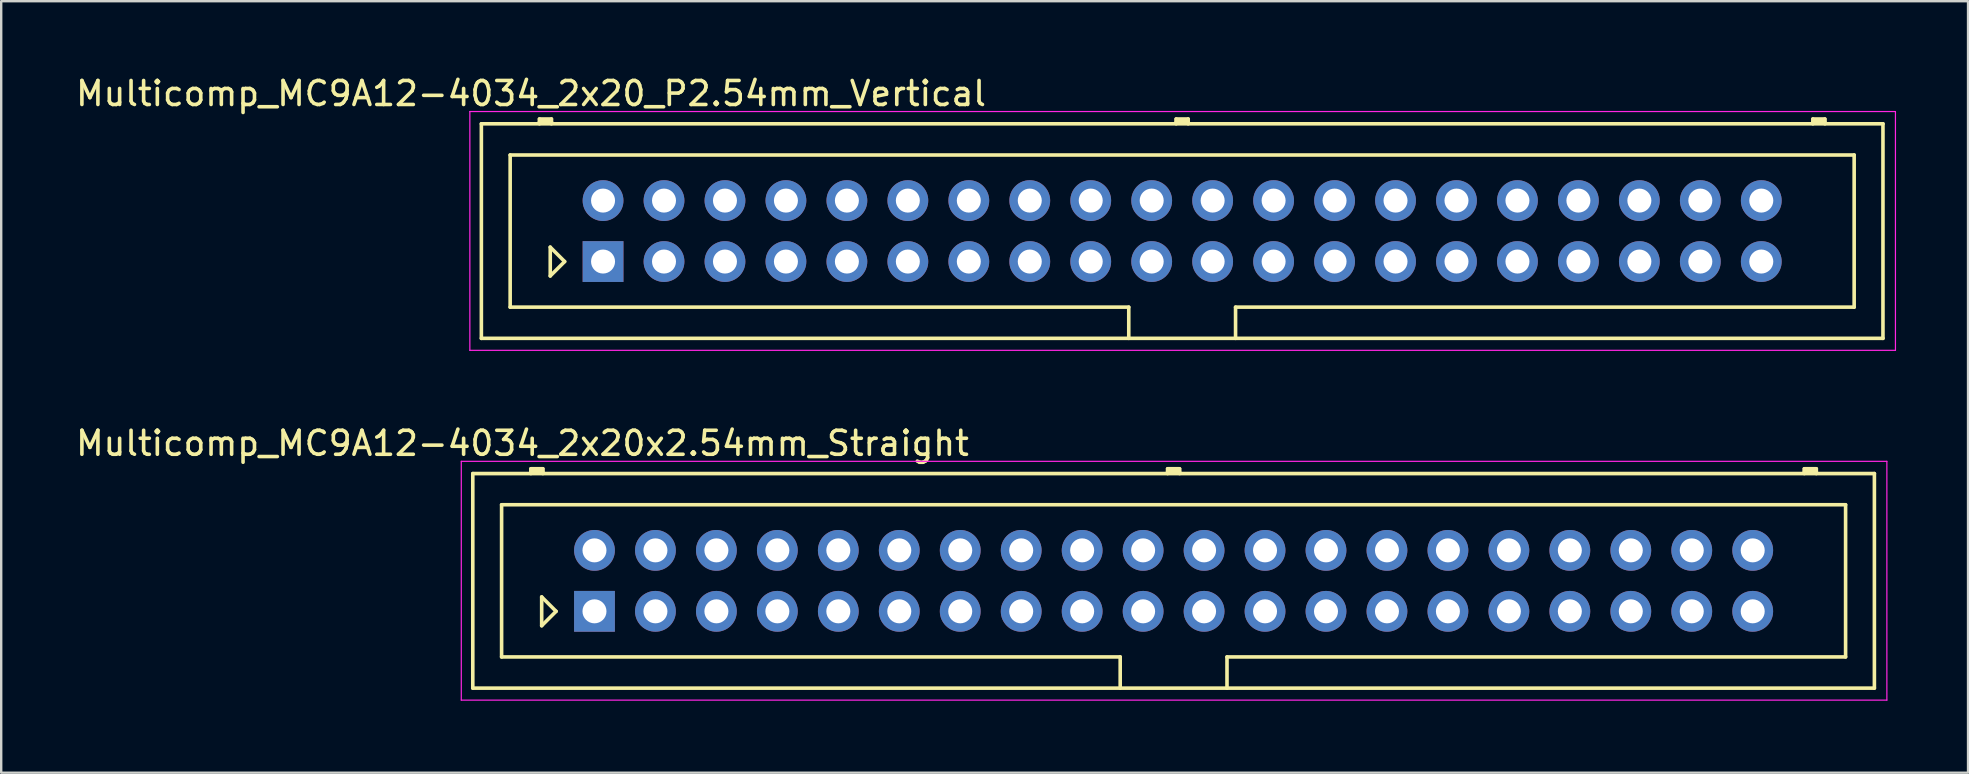
<source format=kicad_pcb>
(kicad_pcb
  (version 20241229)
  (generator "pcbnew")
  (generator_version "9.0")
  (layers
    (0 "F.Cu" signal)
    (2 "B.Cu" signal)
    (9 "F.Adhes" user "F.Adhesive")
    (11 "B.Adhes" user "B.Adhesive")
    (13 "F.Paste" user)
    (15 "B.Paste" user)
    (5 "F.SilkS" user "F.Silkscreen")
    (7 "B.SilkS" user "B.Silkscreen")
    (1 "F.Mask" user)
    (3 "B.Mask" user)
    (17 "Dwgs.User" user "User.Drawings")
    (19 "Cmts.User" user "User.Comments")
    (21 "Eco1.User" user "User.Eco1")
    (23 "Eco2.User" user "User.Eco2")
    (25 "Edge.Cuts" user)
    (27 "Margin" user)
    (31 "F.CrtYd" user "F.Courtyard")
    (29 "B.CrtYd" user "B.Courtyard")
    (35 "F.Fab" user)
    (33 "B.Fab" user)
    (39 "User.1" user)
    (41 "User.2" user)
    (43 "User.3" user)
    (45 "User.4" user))
  (footprint "Multicomp_MC9A12-4034_2x20_P2.54mm_Vertical"
    (layer "F.Cu")
    (at 22.077 7.848)
    (property "Reference" "Multicomp_MC9A12-4034_2x20_P2.54mm_Vertical" (at -3 -7 0) (layer "F.SilkS") (effects (font (size 1 1) (thickness 0.15))))
    (attr through_hole)
    (fp_line (start -5.07 -5.74) (end 53.33 -5.74) (stroke (width 0.15) (type solid)) (layer "F.SilkS"))
    (fp_line (start -5.07 3.2) (end -5.07 -5.74) (stroke (width 0.15) (type solid)) (layer "F.SilkS"))
    (fp_line (start -3.87 -4.44) (end 52.13 -4.44) (stroke (width 0.15) (type solid)) (layer "F.SilkS"))
    (fp_line (start -3.87 1.9) (end -3.87 -4.44) (stroke (width 0.15) (type solid)) (layer "F.SilkS"))
    (fp_line (start -2.65 -5.94) (end -2.15 -5.94) (stroke (width 0.15) (type solid)) (layer "F.SilkS"))
    (fp_line (start -2.65 -5.84) (end -2.15 -5.84) (stroke (width 0.15) (type solid)) (layer "F.SilkS"))
    (fp_line (start -2.65 -5.74) (end -2.65 -5.94) (stroke (width 0.15) (type solid)) (layer "F.SilkS"))
    (fp_line (start -2.2 -0.6) (end -1.6 0) (stroke (width 0.15) (type solid)) (layer "F.SilkS"))
    (fp_line (start -2.2 0.6) (end -2.2 -0.6) (stroke (width 0.15) (type solid)) (layer "F.SilkS"))
    (fp_line (start -2.15 -5.94) (end -2.15 -5.74) (stroke (width 0.15) (type solid)) (layer "F.SilkS"))
    (fp_line (start -1.6 0) (end -2.2 0.6) (stroke (width 0.15) (type solid)) (layer "F.SilkS"))
    (fp_line (start 21.905 1.9) (end -3.87 1.9) (stroke (width 0.15) (type solid)) (layer "F.SilkS"))
    (fp_line (start 21.905 3.2) (end 21.905 1.9) (stroke (width 0.15) (type solid)) (layer "F.SilkS"))
    (fp_line (start 23.88 -5.94) (end 24.38 -5.94) (stroke (width 0.15) (type solid)) (layer "F.SilkS"))
    (fp_line (start 23.88 -5.84) (end 24.38 -5.84) (stroke (width 0.15) (type solid)) (layer "F.SilkS"))
    (fp_line (start 23.88 -5.74) (end 23.88 -5.94) (stroke (width 0.15) (type solid)) (layer "F.SilkS"))
    (fp_line (start 24.38 -5.94) (end 24.38 -5.74) (stroke (width 0.15) (type solid)) (layer "F.SilkS"))
    (fp_line (start 26.355 1.9) (end 26.355 3.2) (stroke (width 0.15) (type solid)) (layer "F.SilkS"))
    (fp_line (start 50.41 -5.94) (end 50.91 -5.94) (stroke (width 0.15) (type solid)) (layer "F.SilkS"))
    (fp_line (start 50.41 -5.84) (end 50.91 -5.84) (stroke (width 0.15) (type solid)) (layer "F.SilkS"))
    (fp_line (start 50.41 -5.74) (end 50.41 -5.94) (stroke (width 0.15) (type solid)) (layer "F.SilkS"))
    (fp_line (start 50.91 -5.94) (end 50.91 -5.74) (stroke (width 0.15) (type solid)) (layer "F.SilkS"))
    (fp_line (start 52.13 -4.44) (end 52.13 1.9) (stroke (width 0.15) (type solid)) (layer "F.SilkS"))
    (fp_line (start 52.13 1.9) (end 26.355 1.9) (stroke (width 0.15) (type solid)) (layer "F.SilkS"))
    (fp_line (start 53.33 -5.74) (end 53.33 3.2) (stroke (width 0.15) (type solid)) (layer "F.SilkS"))
    (fp_line (start 53.33 3.2) (end -5.07 3.2) (stroke (width 0.15) (type solid)) (layer "F.SilkS"))
    (fp_line (start -5.55 -6.25) (end 53.85 -6.25) (stroke (width 0.05) (type solid)) (layer "F.CrtYd"))
    (fp_line (start -5.55 3.7) (end -5.55 -6.25) (stroke (width 0.05) (type solid)) (layer "F.CrtYd"))
    (fp_line (start 53.85 -6.25) (end 53.85 3.7) (stroke (width 0.05) (type solid)) (layer "F.CrtYd"))
    (fp_line (start 53.85 3.7) (end -5.55 3.7) (stroke (width 0.05) (type solid)) (layer "F.CrtYd"))
    (pad "1" thru_hole rect (at 0 0) (size 1.7 1.7) (drill 1) (layers "*.Cu" "*.Mask"))
    (pad "2" thru_hole circle (at 0 -2.54) (size 1.7 1.7) (drill 1) (layers "*.Cu" "*.Mask"))
    (pad "3" thru_hole circle (at 2.54 0) (size 1.7 1.7) (drill 1) (layers "*.Cu" "*.Mask"))
    (pad "4" thru_hole circle (at 2.54 -2.54) (size 1.7 1.7) (drill 1) (layers "*.Cu" "*.Mask"))
    (pad "5" thru_hole circle (at 5.08 0) (size 1.7 1.7) (drill 1) (layers "*.Cu" "*.Mask"))
    (pad "6" thru_hole circle (at 5.08 -2.54) (size 1.7 1.7) (drill 1) (layers "*.Cu" "*.Mask"))
    (pad "7" thru_hole circle (at 7.62 0) (size 1.7 1.7) (drill 1) (layers "*.Cu" "*.Mask"))
    (pad "8" thru_hole circle (at 7.62 -2.54) (size 1.7 1.7) (drill 1) (layers "*.Cu" "*.Mask"))
    (pad "9" thru_hole circle (at 10.16 0) (size 1.7 1.7) (drill 1) (layers "*.Cu" "*.Mask"))
    (pad "10" thru_hole circle (at 10.16 -2.54) (size 1.7 1.7) (drill 1) (layers "*.Cu" "*.Mask"))
    (pad "11" thru_hole circle (at 12.7 0) (size 1.7 1.7) (drill 1) (layers "*.Cu" "*.Mask"))
    (pad "12" thru_hole circle (at 12.7 -2.54) (size 1.7 1.7) (drill 1) (layers "*.Cu" "*.Mask"))
    (pad "13" thru_hole circle (at 15.24 0) (size 1.7 1.7) (drill 1) (layers "*.Cu" "*.Mask"))
    (pad "14" thru_hole circle (at 15.24 -2.54) (size 1.7 1.7) (drill 1) (layers "*.Cu" "*.Mask"))
    (pad "15" thru_hole circle (at 17.78 0) (size 1.7 1.7) (drill 1) (layers "*.Cu" "*.Mask"))
    (pad "16" thru_hole circle (at 17.78 -2.54) (size 1.7 1.7) (drill 1) (layers "*.Cu" "*.Mask"))
    (pad "17" thru_hole circle (at 20.32 0) (size 1.7 1.7) (drill 1) (layers "*.Cu" "*.Mask"))
    (pad "18" thru_hole circle (at 20.32 -2.54) (size 1.7 1.7) (drill 1) (layers "*.Cu" "*.Mask"))
    (pad "19" thru_hole circle (at 22.86 0) (size 1.7 1.7) (drill 1) (layers "*.Cu" "*.Mask"))
    (pad "20" thru_hole circle (at 22.86 -2.54) (size 1.7 1.7) (drill 1) (layers "*.Cu" "*.Mask"))
    (pad "21" thru_hole circle (at 25.4 0) (size 1.7 1.7) (drill 1) (layers "*.Cu" "*.Mask"))
    (pad "22" thru_hole circle (at 25.4 -2.54) (size 1.7 1.7) (drill 1) (layers "*.Cu" "*.Mask"))
    (pad "23" thru_hole circle (at 27.94 0) (size 1.7 1.7) (drill 1) (layers "*.Cu" "*.Mask"))
    (pad "24" thru_hole circle (at 27.94 -2.54) (size 1.7 1.7) (drill 1) (layers "*.Cu" "*.Mask"))
    (pad "25" thru_hole circle (at 30.48 0) (size 1.7 1.7) (drill 1) (layers "*.Cu" "*.Mask"))
    (pad "26" thru_hole circle (at 30.48 -2.54) (size 1.7 1.7) (drill 1) (layers "*.Cu" "*.Mask"))
    (pad "27" thru_hole circle (at 33.02 0) (size 1.7 1.7) (drill 1) (layers "*.Cu" "*.Mask"))
    (pad "28" thru_hole circle (at 33.02 -2.54) (size 1.7 1.7) (drill 1) (layers "*.Cu" "*.Mask"))
    (pad "29" thru_hole circle (at 35.56 0) (size 1.7 1.7) (drill 1) (layers "*.Cu" "*.Mask"))
    (pad "30" thru_hole circle (at 35.56 -2.54) (size 1.7 1.7) (drill 1) (layers "*.Cu" "*.Mask"))
    (pad "31" thru_hole circle (at 38.1 0) (size 1.7 1.7) (drill 1) (layers "*.Cu" "*.Mask"))
    (pad "32" thru_hole circle (at 38.1 -2.54) (size 1.7 1.7) (drill 1) (layers "*.Cu" "*.Mask"))
    (pad "33" thru_hole circle (at 40.64 0) (size 1.7 1.7) (drill 1) (layers "*.Cu" "*.Mask"))
    (pad "34" thru_hole circle (at 40.64 -2.54) (size 1.7 1.7) (drill 1) (layers "*.Cu" "*.Mask"))
    (pad "35" thru_hole circle (at 43.18 0) (size 1.7 1.7) (drill 1) (layers "*.Cu" "*.Mask"))
    (pad "36" thru_hole circle (at 43.18 -2.54) (size 1.7 1.7) (drill 1) (layers "*.Cu" "*.Mask"))
    (pad "37" thru_hole circle (at 45.72 0) (size 1.7 1.7) (drill 1) (layers "*.Cu" "*.Mask"))
    (pad "38" thru_hole circle (at 45.72 -2.54) (size 1.7 1.7) (drill 1) (layers "*.Cu" "*.Mask"))
    (pad "39" thru_hole circle (at 48.26 0) (size 1.7 1.7) (drill 1) (layers "*.Cu" "*.Mask"))
    (pad "40" thru_hole circle (at 48.26 -2.54) (size 1.7 1.7) (drill 1) (layers "*.Cu" "*.Mask")))
  (footprint "Multicomp_MC9A12-4034_2x20x2.54mm_Straight"
    (layer "F.Cu")
    (at 21.72 22.422)
    (property "Reference" "Multicomp_MC9A12-4034_2x20x2.54mm_Straight" (at -3 -7 0) (layer "F.SilkS") (effects (font (size 1 1) (thickness 0.15))))
    (attr through_hole)
    (fp_line (start -5.07 -5.74) (end 53.33 -5.74) (stroke (width 0.15) (type solid)) (layer "F.SilkS"))
    (fp_line (start -5.07 3.2) (end -5.07 -5.74) (stroke (width 0.15) (type solid)) (layer "F.SilkS"))
    (fp_line (start -3.87 -4.44) (end 52.13 -4.44) (stroke (width 0.15) (type solid)) (layer "F.SilkS"))
    (fp_line (start -3.87 1.9) (end -3.87 -4.44) (stroke (width 0.15) (type solid)) (layer "F.SilkS"))
    (fp_line (start -2.65 -5.94) (end -2.15 -5.94) (stroke (width 0.15) (type solid)) (layer "F.SilkS"))
    (fp_line (start -2.65 -5.84) (end -2.15 -5.84) (stroke (width 0.15) (type solid)) (layer "F.SilkS"))
    (fp_line (start -2.65 -5.74) (end -2.65 -5.94) (stroke (width 0.15) (type solid)) (layer "F.SilkS"))
    (fp_line (start -2.2 -0.6) (end -1.6 0) (stroke (width 0.15) (type solid)) (layer "F.SilkS"))
    (fp_line (start -2.2 0.6) (end -2.2 -0.6) (stroke (width 0.15) (type solid)) (layer "F.SilkS"))
    (fp_line (start -2.15 -5.94) (end -2.15 -5.74) (stroke (width 0.15) (type solid)) (layer "F.SilkS"))
    (fp_line (start -1.6 0) (end -2.2 0.6) (stroke (width 0.15) (type solid)) (layer "F.SilkS"))
    (fp_line (start 21.905 1.9) (end -3.87 1.9) (stroke (width 0.15) (type solid)) (layer "F.SilkS"))
    (fp_line (start 21.905 3.2) (end 21.905 1.9) (stroke (width 0.15) (type solid)) (layer "F.SilkS"))
    (fp_line (start 23.88 -5.94) (end 24.38 -5.94) (stroke (width 0.15) (type solid)) (layer "F.SilkS"))
    (fp_line (start 23.88 -5.84) (end 24.38 -5.84) (stroke (width 0.15) (type solid)) (layer "F.SilkS"))
    (fp_line (start 23.88 -5.74) (end 23.88 -5.94) (stroke (width 0.15) (type solid)) (layer "F.SilkS"))
    (fp_line (start 24.38 -5.94) (end 24.38 -5.74) (stroke (width 0.15) (type solid)) (layer "F.SilkS"))
    (fp_line (start 26.355 1.9) (end 26.355 3.2) (stroke (width 0.15) (type solid)) (layer "F.SilkS"))
    (fp_line (start 50.41 -5.94) (end 50.91 -5.94) (stroke (width 0.15) (type solid)) (layer "F.SilkS"))
    (fp_line (start 50.41 -5.84) (end 50.91 -5.84) (stroke (width 0.15) (type solid)) (layer "F.SilkS"))
    (fp_line (start 50.41 -5.74) (end 50.41 -5.94) (stroke (width 0.15) (type solid)) (layer "F.SilkS"))
    (fp_line (start 50.91 -5.94) (end 50.91 -5.74) (stroke (width 0.15) (type solid)) (layer "F.SilkS"))
    (fp_line (start 52.13 -4.44) (end 52.13 1.9) (stroke (width 0.15) (type solid)) (layer "F.SilkS"))
    (fp_line (start 52.13 1.9) (end 26.355 1.9) (stroke (width 0.15) (type solid)) (layer "F.SilkS"))
    (fp_line (start 53.33 -5.74) (end 53.33 3.2) (stroke (width 0.15) (type solid)) (layer "F.SilkS"))
    (fp_line (start 53.33 3.2) (end -5.07 3.2) (stroke (width 0.15) (type solid)) (layer "F.SilkS"))
    (fp_line (start -5.55 -6.25) (end 53.85 -6.25) (stroke (width 0.05) (type solid)) (layer "F.CrtYd"))
    (fp_line (start -5.55 3.7) (end -5.55 -6.25) (stroke (width 0.05) (type solid)) (layer "F.CrtYd"))
    (fp_line (start 53.85 -6.25) (end 53.85 3.7) (stroke (width 0.05) (type solid)) (layer "F.CrtYd"))
    (fp_line (start 53.85 3.7) (end -5.55 3.7) (stroke (width 0.05) (type solid)) (layer "F.CrtYd"))
    (pad "1" thru_hole rect (at 0 0) (size 1.7 1.7) (drill 1) (layers "*.Cu" "*.Mask"))
    (pad "2" thru_hole circle (at 0 -2.54) (size 1.7 1.7) (drill 1) (layers "*.Cu" "*.Mask"))
    (pad "3" thru_hole circle (at 2.54 0) (size 1.7 1.7) (drill 1) (layers "*.Cu" "*.Mask"))
    (pad "4" thru_hole circle (at 2.54 -2.54) (size 1.7 1.7) (drill 1) (layers "*.Cu" "*.Mask"))
    (pad "5" thru_hole circle (at 5.08 0) (size 1.7 1.7) (drill 1) (layers "*.Cu" "*.Mask"))
    (pad "6" thru_hole circle (at 5.08 -2.54) (size 1.7 1.7) (drill 1) (layers "*.Cu" "*.Mask"))
    (pad "7" thru_hole circle (at 7.62 0) (size 1.7 1.7) (drill 1) (layers "*.Cu" "*.Mask"))
    (pad "8" thru_hole circle (at 7.62 -2.54) (size 1.7 1.7) (drill 1) (layers "*.Cu" "*.Mask"))
    (pad "9" thru_hole circle (at 10.16 0) (size 1.7 1.7) (drill 1) (layers "*.Cu" "*.Mask"))
    (pad "10" thru_hole circle (at 10.16 -2.54) (size 1.7 1.7) (drill 1) (layers "*.Cu" "*.Mask"))
    (pad "11" thru_hole circle (at 12.7 0) (size 1.7 1.7) (drill 1) (layers "*.Cu" "*.Mask"))
    (pad "12" thru_hole circle (at 12.7 -2.54) (size 1.7 1.7) (drill 1) (layers "*.Cu" "*.Mask"))
    (pad "13" thru_hole circle (at 15.24 0) (size 1.7 1.7) (drill 1) (layers "*.Cu" "*.Mask"))
    (pad "14" thru_hole circle (at 15.24 -2.54) (size 1.7 1.7) (drill 1) (layers "*.Cu" "*.Mask"))
    (pad "15" thru_hole circle (at 17.78 0) (size 1.7 1.7) (drill 1) (layers "*.Cu" "*.Mask"))
    (pad "16" thru_hole circle (at 17.78 -2.54) (size 1.7 1.7) (drill 1) (layers "*.Cu" "*.Mask"))
    (pad "17" thru_hole circle (at 20.32 0) (size 1.7 1.7) (drill 1) (layers "*.Cu" "*.Mask"))
    (pad "18" thru_hole circle (at 20.32 -2.54) (size 1.7 1.7) (drill 1) (layers "*.Cu" "*.Mask"))
    (pad "19" thru_hole circle (at 22.86 0) (size 1.7 1.7) (drill 1) (layers "*.Cu" "*.Mask"))
    (pad "20" thru_hole circle (at 22.86 -2.54) (size 1.7 1.7) (drill 1) (layers "*.Cu" "*.Mask"))
    (pad "21" thru_hole circle (at 25.4 0) (size 1.7 1.7) (drill 1) (layers "*.Cu" "*.Mask"))
    (pad "22" thru_hole circle (at 25.4 -2.54) (size 1.7 1.7) (drill 1) (layers "*.Cu" "*.Mask"))
    (pad "23" thru_hole circle (at 27.94 0) (size 1.7 1.7) (drill 1) (layers "*.Cu" "*.Mask"))
    (pad "24" thru_hole circle (at 27.94 -2.54) (size 1.7 1.7) (drill 1) (layers "*.Cu" "*.Mask"))
    (pad "25" thru_hole circle (at 30.48 0) (size 1.7 1.7) (drill 1) (layers "*.Cu" "*.Mask"))
    (pad "26" thru_hole circle (at 30.48 -2.54) (size 1.7 1.7) (drill 1) (layers "*.Cu" "*.Mask"))
    (pad "27" thru_hole circle (at 33.02 0) (size 1.7 1.7) (drill 1) (layers "*.Cu" "*.Mask"))
    (pad "28" thru_hole circle (at 33.02 -2.54) (size 1.7 1.7) (drill 1) (layers "*.Cu" "*.Mask"))
    (pad "29" thru_hole circle (at 35.56 0) (size 1.7 1.7) (drill 1) (layers "*.Cu" "*.Mask"))
    (pad "30" thru_hole circle (at 35.56 -2.54) (size 1.7 1.7) (drill 1) (layers "*.Cu" "*.Mask"))
    (pad "31" thru_hole circle (at 38.1 0) (size 1.7 1.7) (drill 1) (layers "*.Cu" "*.Mask"))
    (pad "32" thru_hole circle (at 38.1 -2.54) (size 1.7 1.7) (drill 1) (layers "*.Cu" "*.Mask"))
    (pad "33" thru_hole circle (at 40.64 0) (size 1.7 1.7) (drill 1) (layers "*.Cu" "*.Mask"))
    (pad "34" thru_hole circle (at 40.64 -2.54) (size 1.7 1.7) (drill 1) (layers "*.Cu" "*.Mask"))
    (pad "35" thru_hole circle (at 43.18 0) (size 1.7 1.7) (drill 1) (layers "*.Cu" "*.Mask"))
    (pad "36" thru_hole circle (at 43.18 -2.54) (size 1.7 1.7) (drill 1) (layers "*.Cu" "*.Mask"))
    (pad "37" thru_hole circle (at 45.72 0) (size 1.7 1.7) (drill 1) (layers "*.Cu" "*.Mask"))
    (pad "38" thru_hole circle (at 45.72 -2.54) (size 1.7 1.7) (drill 1) (layers "*.Cu" "*.Mask"))
    (pad "39" thru_hole circle (at 48.26 0) (size 1.7 1.7) (drill 1) (layers "*.Cu" "*.Mask"))
    (pad "40" thru_hole circle (at 48.26 -2.54) (size 1.7 1.7) (drill 1) (layers "*.Cu" "*.Mask")))
  (gr_rect
    (start -3 -3)
    (end 78.952 29.146)
    (stroke (width 0.1) (type default))
    (fill no)
    (layer "Edge.Cuts")))
</source>
